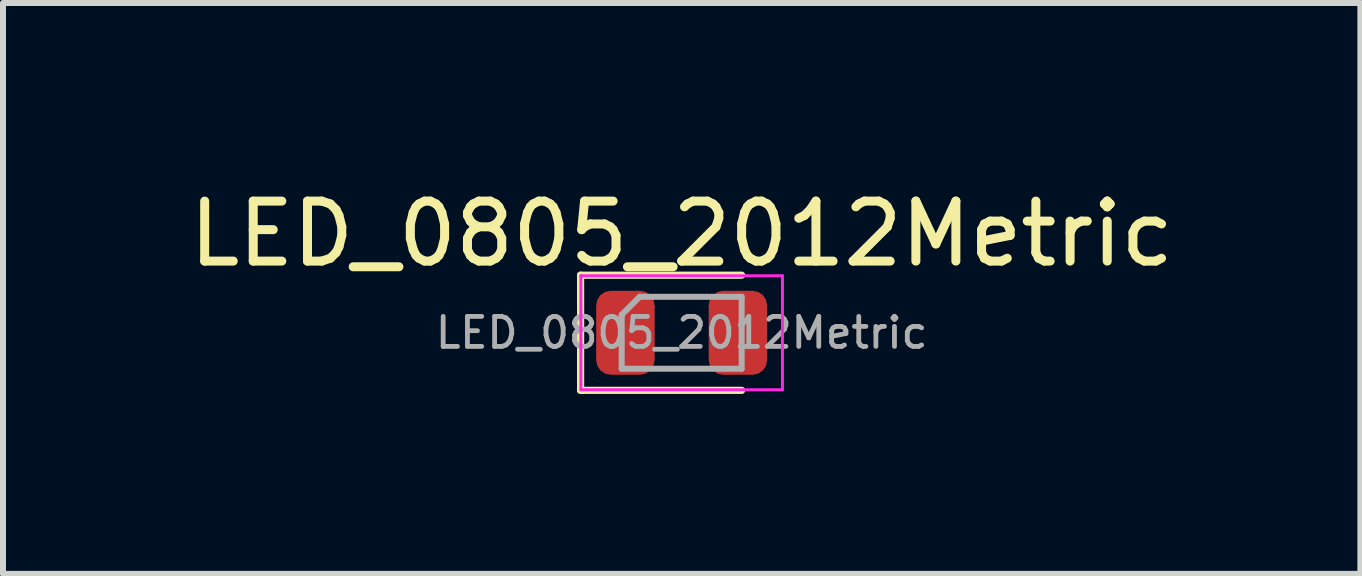
<source format=kicad_pcb>
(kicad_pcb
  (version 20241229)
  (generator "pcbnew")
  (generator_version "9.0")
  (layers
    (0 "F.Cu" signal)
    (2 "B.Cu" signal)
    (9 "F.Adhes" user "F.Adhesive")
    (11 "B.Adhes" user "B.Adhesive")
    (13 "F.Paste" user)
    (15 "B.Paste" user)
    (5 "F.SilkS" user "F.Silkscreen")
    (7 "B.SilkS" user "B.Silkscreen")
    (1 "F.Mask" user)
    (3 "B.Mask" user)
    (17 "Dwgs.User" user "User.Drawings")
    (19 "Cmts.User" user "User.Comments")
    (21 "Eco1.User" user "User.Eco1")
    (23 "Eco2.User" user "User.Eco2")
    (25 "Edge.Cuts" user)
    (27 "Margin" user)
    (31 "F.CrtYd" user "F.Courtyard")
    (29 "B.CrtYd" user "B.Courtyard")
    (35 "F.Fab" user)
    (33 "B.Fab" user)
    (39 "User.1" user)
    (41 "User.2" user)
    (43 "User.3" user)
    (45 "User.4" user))
  (footprint "LED_0805_2012Metric"
    (layer "F.Cu")
    (at 8.315 2.498)
    (property "Reference" "LED_0805_2012Metric" (at 0 -1.65 0) (layer "F.SilkS") (effects (font (size 1 1) (thickness 0.15))))
    (attr smd)
    (fp_line (start -1.685 -0.96) (end -1.685 0.96) (stroke (width 0.12) (type solid)) (layer "F.SilkS"))
    (fp_line (start -1.685 0.96) (end 1 0.96) (stroke (width 0.12) (type solid)) (layer "F.SilkS"))
    (fp_line (start 1 -0.96) (end -1.685 -0.96) (stroke (width 0.12) (type solid)) (layer "F.SilkS"))
    (fp_line (start -1.68 -0.95) (end 1.68 -0.95) (stroke (width 0.05) (type solid)) (layer "F.CrtYd"))
    (fp_line (start -1.68 0.95) (end -1.68 -0.95) (stroke (width 0.05) (type solid)) (layer "F.CrtYd"))
    (fp_line (start 1.68 -0.95) (end 1.68 0.95) (stroke (width 0.05) (type solid)) (layer "F.CrtYd"))
    (fp_line (start 1.68 0.95) (end -1.68 0.95) (stroke (width 0.05) (type solid)) (layer "F.CrtYd"))
    (fp_line (start -1 -0.3) (end -1 0.6) (stroke (width 0.1) (type solid)) (layer "F.Fab"))
    (fp_line (start -1 0.6) (end 1 0.6) (stroke (width 0.1) (type solid)) (layer "F.Fab"))
    (fp_line (start -0.7 -0.6) (end -1 -0.3) (stroke (width 0.1) (type solid)) (layer "F.Fab"))
    (fp_line (start 1 -0.6) (end -0.7 -0.6) (stroke (width 0.1) (type solid)) (layer "F.Fab"))
    (fp_line (start 1 0.6) (end 1 -0.6) (stroke (width 0.1) (type solid)) (layer "F.Fab"))
    (fp_text user "${REFERENCE}" (at 0 0 0) (layer "F.Fab") (effects (font (size 0.5 0.5) (thickness 0.08))))
    (pad "1" smd roundrect (at -0.938 0) (size 0.975 1.4) (layers "F.Cu" "F.Mask" "F.Paste") (roundrect_rratio 0.25))
    (pad "2" smd roundrect (at 0.938 0) (size 0.975 1.4) (layers "F.Cu" "F.Mask" "F.Paste") (roundrect_rratio 0.25)))
  (gr_rect
    (start -3 -3)
    (end 19.631 6.518)
    (stroke (width 0.1) (type default))
    (fill no)
    (layer "Edge.Cuts")))
</source>
